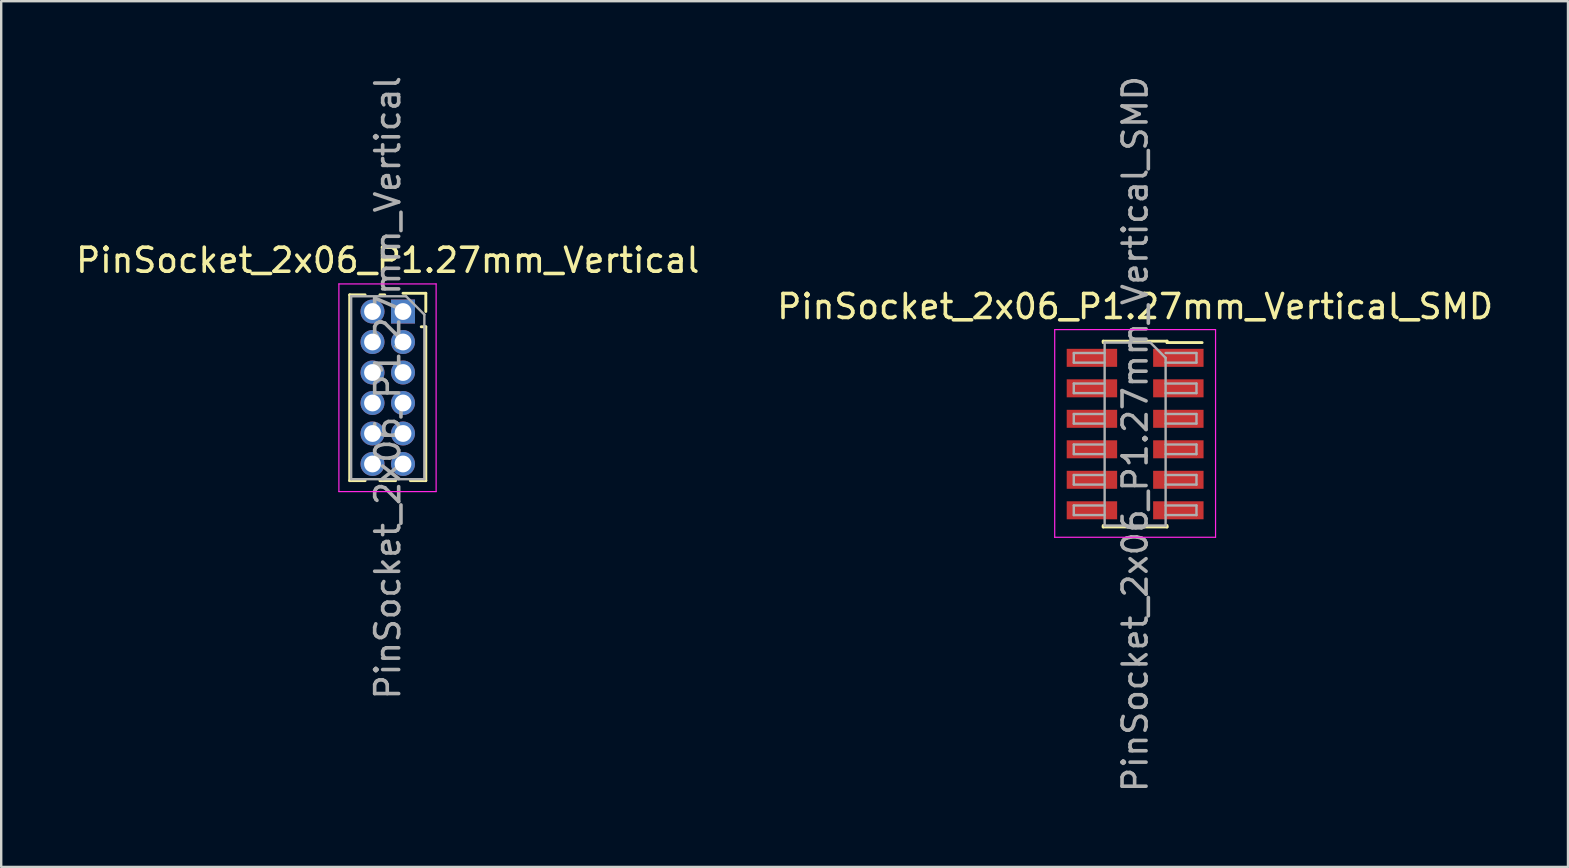
<source format=kicad_pcb>
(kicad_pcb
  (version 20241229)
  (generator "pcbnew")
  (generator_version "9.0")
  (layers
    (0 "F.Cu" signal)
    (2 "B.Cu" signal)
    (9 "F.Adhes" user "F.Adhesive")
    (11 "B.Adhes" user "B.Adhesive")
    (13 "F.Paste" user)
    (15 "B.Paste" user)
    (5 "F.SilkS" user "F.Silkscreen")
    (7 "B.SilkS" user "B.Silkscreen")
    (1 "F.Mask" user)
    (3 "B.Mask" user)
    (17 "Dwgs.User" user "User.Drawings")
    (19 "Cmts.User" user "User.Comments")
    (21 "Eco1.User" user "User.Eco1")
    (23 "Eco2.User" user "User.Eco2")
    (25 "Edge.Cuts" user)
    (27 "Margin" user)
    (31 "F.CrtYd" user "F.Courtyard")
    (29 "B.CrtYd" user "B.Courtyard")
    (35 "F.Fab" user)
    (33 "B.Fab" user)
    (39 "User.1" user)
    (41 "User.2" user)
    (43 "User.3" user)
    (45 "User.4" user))
  (footprint "PinSocket_2x06_P1.27mm_Vertical_SMD"
    (layer "F.Cu")
    (at 44.232 15.03)
    (property "Reference" "PinSocket_2x06_P1.27mm_Vertical_SMD" (at 0 -5.31 0) (layer "F.SilkS") (effects (font (size 1 1) (thickness 0.15))))
    (attr smd)
    (fp_line (start -1.33 -3.87) (end -1.33 -3.81) (stroke (width 0.12) (type solid)) (layer "F.SilkS"))
    (fp_line (start -1.33 -3.87) (end 1.33 -3.87) (stroke (width 0.12) (type solid)) (layer "F.SilkS"))
    (fp_line (start -1.33 3.81) (end -1.33 3.87) (stroke (width 0.12) (type solid)) (layer "F.SilkS"))
    (fp_line (start -1.33 3.87) (end 1.33 3.87) (stroke (width 0.12) (type solid)) (layer "F.SilkS"))
    (fp_line (start 1.33 -3.87) (end 1.33 -3.81) (stroke (width 0.12) (type solid)) (layer "F.SilkS"))
    (fp_line (start 1.33 -3.81) (end 2.79 -3.81) (stroke (width 0.12) (type solid)) (layer "F.SilkS"))
    (fp_line (start 1.33 3.81) (end 1.33 3.87) (stroke (width 0.12) (type solid)) (layer "F.SilkS"))
    (fp_line (start -3.35 -4.35) (end 3.35 -4.35) (stroke (width 0.05) (type solid)) (layer "F.CrtYd"))
    (fp_line (start -3.35 4.3) (end -3.35 -4.35) (stroke (width 0.05) (type solid)) (layer "F.CrtYd"))
    (fp_line (start 3.35 -4.35) (end 3.35 4.3) (stroke (width 0.05) (type solid)) (layer "F.CrtYd"))
    (fp_line (start 3.35 4.3) (end -3.35 4.3) (stroke (width 0.05) (type solid)) (layer "F.CrtYd"))
    (fp_line (start -2.555 -3.375) (end -1.27 -3.375) (stroke (width 0.1) (type solid)) (layer "F.Fab"))
    (fp_line (start -2.555 -2.975) (end -2.555 -3.375) (stroke (width 0.1) (type solid)) (layer "F.Fab"))
    (fp_line (start -2.555 -2.105) (end -1.27 -2.105) (stroke (width 0.1) (type solid)) (layer "F.Fab"))
    (fp_line (start -2.555 -1.705) (end -2.555 -2.105) (stroke (width 0.1) (type solid)) (layer "F.Fab"))
    (fp_line (start -2.555 -0.835) (end -1.27 -0.835) (stroke (width 0.1) (type solid)) (layer "F.Fab"))
    (fp_line (start -2.555 -0.435) (end -2.555 -0.835) (stroke (width 0.1) (type solid)) (layer "F.Fab"))
    (fp_line (start -2.555 0.435) (end -1.27 0.435) (stroke (width 0.1) (type solid)) (layer "F.Fab"))
    (fp_line (start -2.555 0.835) (end -2.555 0.435) (stroke (width 0.1) (type solid)) (layer "F.Fab"))
    (fp_line (start -2.555 1.705) (end -1.27 1.705) (stroke (width 0.1) (type solid)) (layer "F.Fab"))
    (fp_line (start -2.555 2.105) (end -2.555 1.705) (stroke (width 0.1) (type solid)) (layer "F.Fab"))
    (fp_line (start -2.555 2.975) (end -1.27 2.975) (stroke (width 0.1) (type solid)) (layer "F.Fab"))
    (fp_line (start -2.555 3.375) (end -2.555 2.975) (stroke (width 0.1) (type solid)) (layer "F.Fab"))
    (fp_line (start -1.27 -3.81) (end 0.635 -3.81) (stroke (width 0.1) (type solid)) (layer "F.Fab"))
    (fp_line (start -1.27 -2.975) (end -2.555 -2.975) (stroke (width 0.1) (type solid)) (layer "F.Fab"))
    (fp_line (start -1.27 -1.705) (end -2.555 -1.705) (stroke (width 0.1) (type solid)) (layer "F.Fab"))
    (fp_line (start -1.27 -0.435) (end -2.555 -0.435) (stroke (width 0.1) (type solid)) (layer "F.Fab"))
    (fp_line (start -1.27 0.835) (end -2.555 0.835) (stroke (width 0.1) (type solid)) (layer "F.Fab"))
    (fp_line (start -1.27 2.105) (end -2.555 2.105) (stroke (width 0.1) (type solid)) (layer "F.Fab"))
    (fp_line (start -1.27 3.375) (end -2.555 3.375) (stroke (width 0.1) (type solid)) (layer "F.Fab"))
    (fp_line (start -1.27 3.81) (end -1.27 -3.81) (stroke (width 0.1) (type solid)) (layer "F.Fab"))
    (fp_line (start 0.635 -3.81) (end 1.27 -3.175) (stroke (width 0.1) (type solid)) (layer "F.Fab"))
    (fp_line (start 1.27 -3.375) (end 2.555 -3.375) (stroke (width 0.1) (type solid)) (layer "F.Fab"))
    (fp_line (start 1.27 -3.175) (end 1.27 3.81) (stroke (width 0.1) (type solid)) (layer "F.Fab"))
    (fp_line (start 1.27 -2.105) (end 2.555 -2.105) (stroke (width 0.1) (type solid)) (layer "F.Fab"))
    (fp_line (start 1.27 -0.835) (end 2.555 -0.835) (stroke (width 0.1) (type solid)) (layer "F.Fab"))
    (fp_line (start 1.27 0.435) (end 2.555 0.435) (stroke (width 0.1) (type solid)) (layer "F.Fab"))
    (fp_line (start 1.27 1.705) (end 2.555 1.705) (stroke (width 0.1) (type solid)) (layer "F.Fab"))
    (fp_line (start 1.27 2.975) (end 2.555 2.975) (stroke (width 0.1) (type solid)) (layer "F.Fab"))
    (fp_line (start 1.27 3.81) (end -1.27 3.81) (stroke (width 0.1) (type solid)) (layer "F.Fab"))
    (fp_line (start 2.555 -3.375) (end 2.555 -2.975) (stroke (width 0.1) (type solid)) (layer "F.Fab"))
    (fp_line (start 2.555 -2.975) (end 1.27 -2.975) (stroke (width 0.1) (type solid)) (layer "F.Fab"))
    (fp_line (start 2.555 -2.105) (end 2.555 -1.705) (stroke (width 0.1) (type solid)) (layer "F.Fab"))
    (fp_line (start 2.555 -1.705) (end 1.27 -1.705) (stroke (width 0.1) (type solid)) (layer "F.Fab"))
    (fp_line (start 2.555 -0.835) (end 2.555 -0.435) (stroke (width 0.1) (type solid)) (layer "F.Fab"))
    (fp_line (start 2.555 -0.435) (end 1.27 -0.435) (stroke (width 0.1) (type solid)) (layer "F.Fab"))
    (fp_line (start 2.555 0.435) (end 2.555 0.835) (stroke (width 0.1) (type solid)) (layer "F.Fab"))
    (fp_line (start 2.555 0.835) (end 1.27 0.835) (stroke (width 0.1) (type solid)) (layer "F.Fab"))
    (fp_line (start 2.555 1.705) (end 2.555 2.105) (stroke (width 0.1) (type solid)) (layer "F.Fab"))
    (fp_line (start 2.555 2.105) (end 1.27 2.105) (stroke (width 0.1) (type solid)) (layer "F.Fab"))
    (fp_line (start 2.555 2.975) (end 2.555 3.375) (stroke (width 0.1) (type solid)) (layer "F.Fab"))
    (fp_line (start 2.555 3.375) (end 1.27 3.375) (stroke (width 0.1) (type solid)) (layer "F.Fab"))
    (fp_text user "${REFERENCE}" (at 0 0 90) (layer "F.Fab") (effects (font (size 1 1) (thickness 0.15))))
    (pad "1" smd rect (at 1.8 -3.175) (size 2.1 0.75) (layers "F.Cu" "F.Mask" "F.Paste"))
    (pad "2" smd rect (at -1.8 -3.175) (size 2.1 0.75) (layers "F.Cu" "F.Mask" "F.Paste"))
    (pad "3" smd rect (at 1.8 -1.905) (size 2.1 0.75) (layers "F.Cu" "F.Mask" "F.Paste"))
    (pad "4" smd rect (at -1.8 -1.905) (size 2.1 0.75) (layers "F.Cu" "F.Mask" "F.Paste"))
    (pad "5" smd rect (at 1.8 -0.635) (size 2.1 0.75) (layers "F.Cu" "F.Mask" "F.Paste"))
    (pad "6" smd rect (at -1.8 -0.635) (size 2.1 0.75) (layers "F.Cu" "F.Mask" "F.Paste"))
    (pad "7" smd rect (at 1.8 0.635) (size 2.1 0.75) (layers "F.Cu" "F.Mask" "F.Paste"))
    (pad "8" smd rect (at -1.8 0.635) (size 2.1 0.75) (layers "F.Cu" "F.Mask" "F.Paste"))
    (pad "9" smd rect (at 1.8 1.905) (size 2.1 0.75) (layers "F.Cu" "F.Mask" "F.Paste"))
    (pad "10" smd rect (at -1.8 1.905) (size 2.1 0.75) (layers "F.Cu" "F.Mask" "F.Paste"))
    (pad "11" smd rect (at 1.8 3.175) (size 2.1 0.75) (layers "F.Cu" "F.Mask" "F.Paste"))
    (pad "12" smd rect (at -1.8 3.175) (size 2.1 0.75) (layers "F.Cu" "F.Mask" "F.Paste")))
  (footprint "PinSocket_2x06_P1.27mm_Vertical"
    (layer "F.Cu")
    (at 13.736 9.926)
    (property "Reference" "PinSocket_2x06_P1.27mm_Vertical" (at -0.635 -2.135 0) (layer "F.SilkS") (effects (font (size 1 1) (thickness 0.15))))
    (attr through_hole)
    (fp_line (start -2.22 -0.695) (end -2.22 7.045) (stroke (width 0.12) (type solid)) (layer "F.SilkS"))
    (fp_line (start -2.22 -0.695) (end -1.578 -0.695) (stroke (width 0.12) (type solid)) (layer "F.SilkS"))
    (fp_line (start -2.22 7.045) (end -1.578 7.045) (stroke (width 0.12) (type solid)) (layer "F.SilkS"))
    (fp_line (start -0.962 -0.695) (end -0.76 -0.695) (stroke (width 0.12) (type solid)) (layer "F.SilkS"))
    (fp_line (start -0.962 7.045) (end -0.308 7.045) (stroke (width 0.12) (type solid)) (layer "F.SilkS"))
    (fp_line (start 0 -0.76) (end 0.95 -0.76) (stroke (width 0.12) (type solid)) (layer "F.SilkS"))
    (fp_line (start 0.308 7.045) (end 0.95 7.045) (stroke (width 0.12) (type solid)) (layer "F.SilkS"))
    (fp_line (start 0.76 0.635) (end 0.95 0.635) (stroke (width 0.12) (type solid)) (layer "F.SilkS"))
    (fp_line (start 0.95 -0.76) (end 0.95 0) (stroke (width 0.12) (type solid)) (layer "F.SilkS"))
    (fp_line (start 0.95 0.635) (end 0.95 7.045) (stroke (width 0.12) (type solid)) (layer "F.SilkS"))
    (fp_line (start -2.67 -1.15) (end 1.38 -1.15) (stroke (width 0.05) (type solid)) (layer "F.CrtYd"))
    (fp_line (start -2.67 7.5) (end -2.67 -1.15) (stroke (width 0.05) (type solid)) (layer "F.CrtYd"))
    (fp_line (start 1.38 -1.15) (end 1.38 7.5) (stroke (width 0.05) (type solid)) (layer "F.CrtYd"))
    (fp_line (start 1.38 7.5) (end -2.67 7.5) (stroke (width 0.05) (type solid)) (layer "F.CrtYd"))
    (fp_line (start -2.16 -0.635) (end 0.128 -0.635) (stroke (width 0.1) (type solid)) (layer "F.Fab"))
    (fp_line (start -2.16 6.985) (end -2.16 -0.635) (stroke (width 0.1) (type solid)) (layer "F.Fab"))
    (fp_line (start 0.128 -0.635) (end 0.89 0.128) (stroke (width 0.1) (type solid)) (layer "F.Fab"))
    (fp_line (start 0.89 0.128) (end 0.89 6.985) (stroke (width 0.1) (type solid)) (layer "F.Fab"))
    (fp_line (start 0.89 6.985) (end -2.16 6.985) (stroke (width 0.1) (type solid)) (layer "F.Fab"))
    (fp_text user "${REFERENCE}" (at -0.635 3.175 90) (layer "F.Fab") (effects (font (size 1 1) (thickness 0.15))))
    (pad "1" thru_hole rect (at 0 0) (size 1 1) (drill 0.7) (layers "*.Cu" "*.Mask"))
    (pad "2" thru_hole oval (at -1.27 0) (size 1 1) (drill 0.7) (layers "*.Cu" "*.Mask"))
    (pad "3" thru_hole oval (at 0 1.27) (size 1 1) (drill 0.7) (layers "*.Cu" "*.Mask"))
    (pad "4" thru_hole oval (at -1.27 1.27) (size 1 1) (drill 0.7) (layers "*.Cu" "*.Mask"))
    (pad "5" thru_hole oval (at 0 2.54) (size 1 1) (drill 0.7) (layers "*.Cu" "*.Mask"))
    (pad "6" thru_hole oval (at -1.27 2.54) (size 1 1) (drill 0.7) (layers "*.Cu" "*.Mask"))
    (pad "7" thru_hole oval (at 0 3.81) (size 1 1) (drill 0.7) (layers "*.Cu" "*.Mask"))
    (pad "8" thru_hole oval (at -1.27 3.81) (size 1 1) (drill 0.7) (layers "*.Cu" "*.Mask"))
    (pad "9" thru_hole oval (at 0 5.08) (size 1 1) (drill 0.7) (layers "*.Cu" "*.Mask"))
    (pad "10" thru_hole oval (at -1.27 5.08) (size 1 1) (drill 0.7) (layers "*.Cu" "*.Mask"))
    (pad "11" thru_hole oval (at 0 6.35) (size 1 1) (drill 0.7) (layers "*.Cu" "*.Mask"))
    (pad "12" thru_hole oval (at -1.27 6.35) (size 1 1) (drill 0.7) (layers "*.Cu" "*.Mask")))
  (gr_rect
    (start -3 -3)
    (end 62.262 33.06)
    (stroke (width 0.1) (type default))
    (fill no)
    (layer "Edge.Cuts")))
</source>
